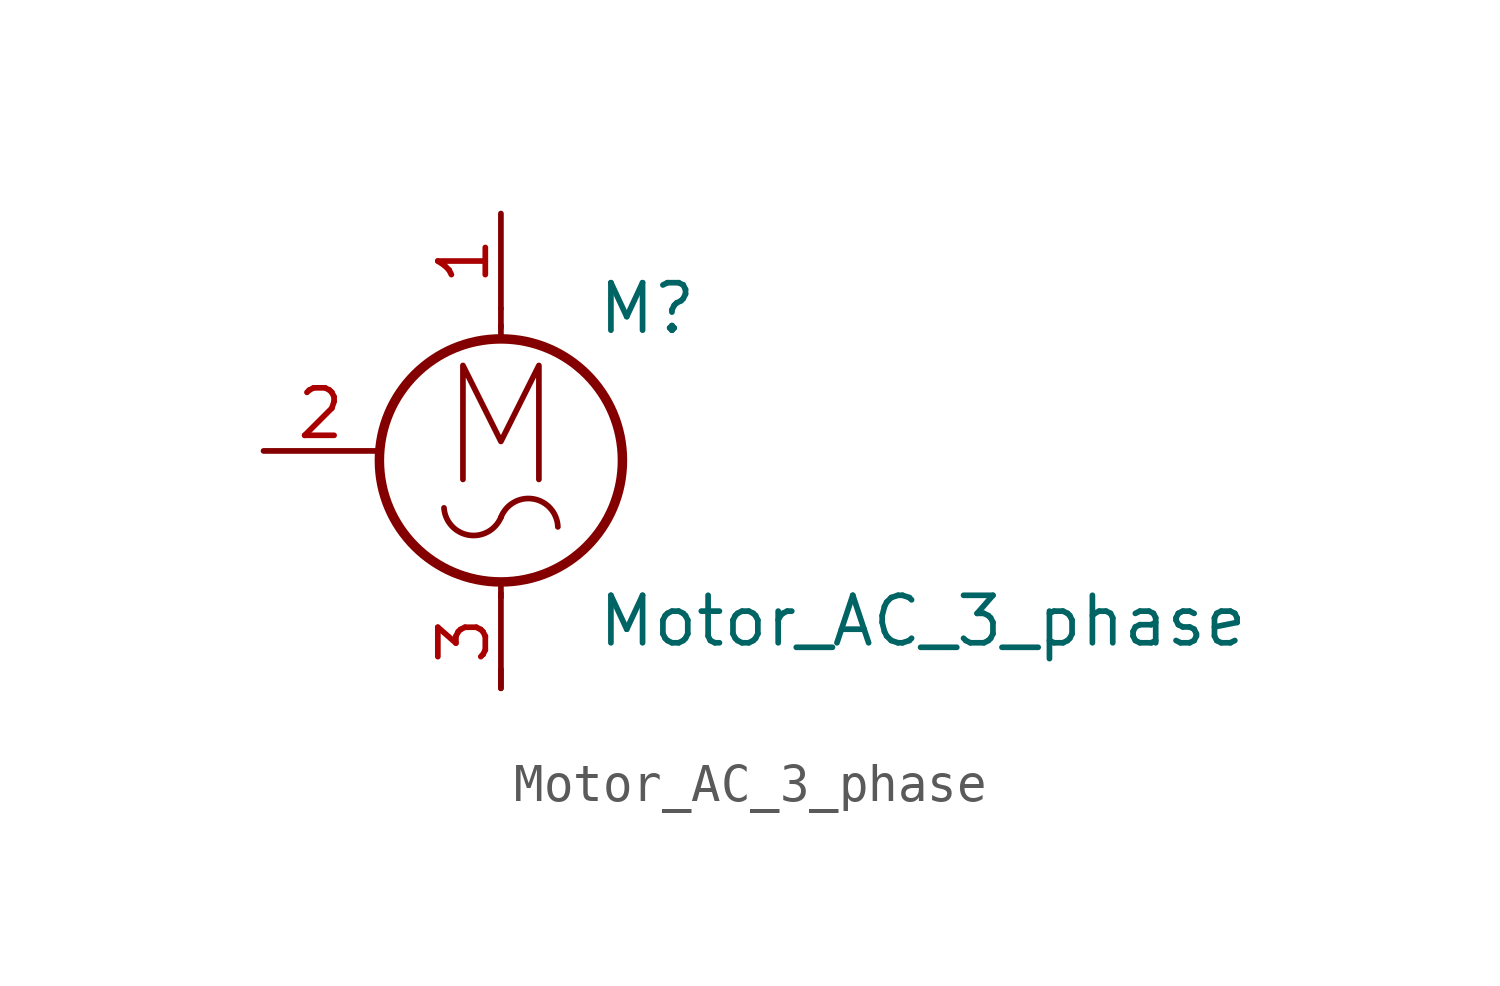
<source format=kicad_sym>
(kicad_symbol_lib
  (version 20231120)
  (generator "kicad_symbol_editor")
  (generator_version "8.0")
  (symbol "Motor_AC_3_phase"
    (pin_names
      (offset 0))
    (property "Reference" "M"
      (at 2.54 2.54 0)
      (effects (font (size 1.27 1.27)) (justify left)))
    (property "Value" "Motor_AC_3_phase"
      (at 2.54 -5.08 0)
      (effects (font (size 1.27 1.27)) (justify left top)))
    (symbol "Motor_AC_3_phase_0_0"
      (arc (start -1.524 -2.794) (mid -0.8654 -3.5217) (end 0 -3.048) (stroke (width 0) (type default)) (fill (type none)))
      (polyline (pts (xy -1.016 -2.032) (xy -1.016 1.016) (xy 0 -1.016) (xy 1.016 1.016) (xy 1.016 -2.032)) (stroke (width 0) (type default)) (fill (type none)))
      (arc (start 1.524 -3.302) (mid 0.85 -2.5503) (end 0 -3.048) (stroke (width 0) (type default)) (fill (type none))))
    (symbol "Motor_AC_3_phase_0_1"
      (circle (center 0 -1.524) (radius 3.251) (stroke (width 0.254) (type default)) (fill (type none)))
      (polyline (pts (xy 0 -7.62) (xy 0 -7.112)) (stroke (width 0) (type default)) (fill (type none)))
      (polyline (pts (xy 0 -4.775) (xy 0 -5.182)) (stroke (width 0) (type default)) (fill (type none)))
      (polyline (pts (xy 0 1.727) (xy 0 2.083)) (stroke (width 0) (type default)) (fill (type none)))
      (polyline (pts (xy 0 2.032) (xy 0 2.54)) (stroke (width 0) (type default)) (fill (type none))))
    (symbol "Motor_AC_3_phase_1_1"
      (pin passive line (at 0 5.08 270) (length 2.54) (name "~" (effects (font (size 1.27 1.27)))) (number "1" (effects (font (size 1.27 1.27)))))
      (pin passive line (at -6.35 -1.27 0) (length 3.048) (name "~" (effects (font (size 1.27 1.27)))) (number "2" (effects (font (size 1.27 1.27)))))
      (pin passive line (at 0 -7.62 90) (length 2.54) (name "~" (effects (font (size 1.27 1.27)))) (number "3" (effects (font (size 1.27 1.27))))))))
</source>
